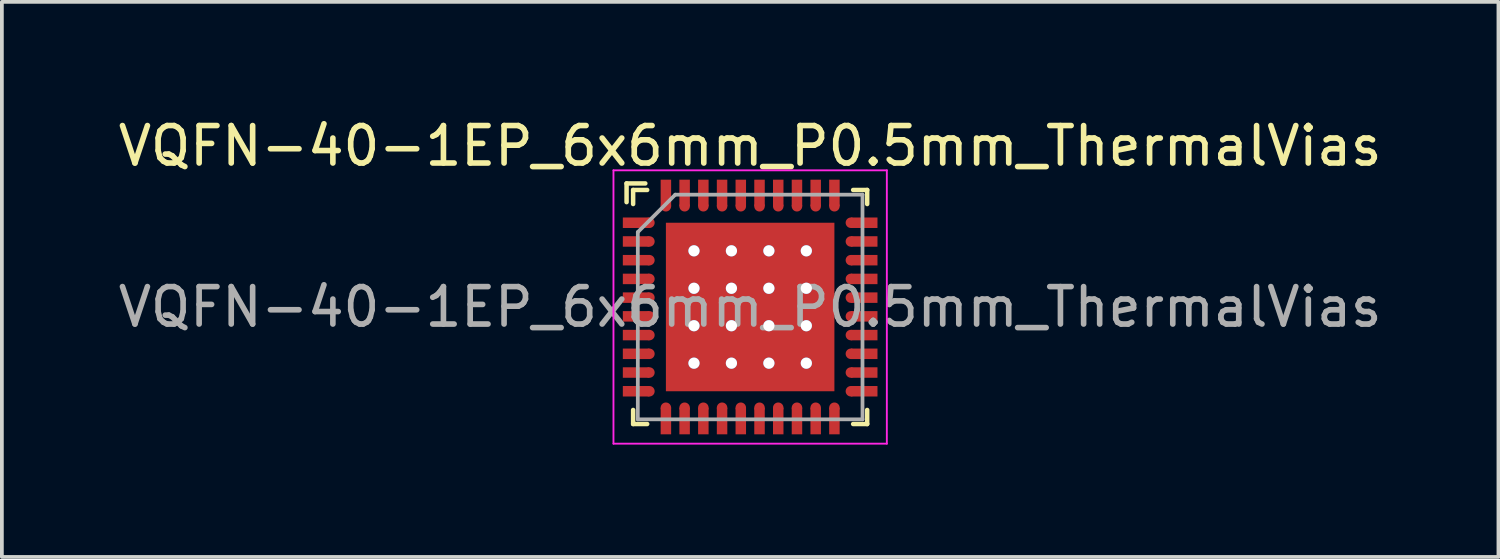
<source format=kicad_pcb>
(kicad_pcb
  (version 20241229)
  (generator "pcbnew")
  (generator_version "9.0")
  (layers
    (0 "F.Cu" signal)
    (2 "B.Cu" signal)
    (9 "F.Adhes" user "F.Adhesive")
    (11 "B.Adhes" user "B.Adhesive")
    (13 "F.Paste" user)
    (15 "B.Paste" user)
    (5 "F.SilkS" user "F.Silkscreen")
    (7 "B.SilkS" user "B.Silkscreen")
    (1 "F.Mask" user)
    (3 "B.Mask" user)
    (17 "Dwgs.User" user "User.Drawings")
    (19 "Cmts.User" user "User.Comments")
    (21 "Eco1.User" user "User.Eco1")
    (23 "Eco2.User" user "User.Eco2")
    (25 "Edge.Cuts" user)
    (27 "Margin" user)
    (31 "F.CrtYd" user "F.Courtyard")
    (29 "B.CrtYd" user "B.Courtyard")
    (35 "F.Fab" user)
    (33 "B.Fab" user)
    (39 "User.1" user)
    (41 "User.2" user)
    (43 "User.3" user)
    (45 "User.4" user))
  (footprint "VQFN-40-1EP_6x6mm_P0.5mm_ThermalVias"
    (layer "F.Cu")
    (at 16.982 5.148)
    (property "Reference" "VQFN-40-1EP_6x6mm_P0.5mm_ThermalVias" (at 0 -4.3 0) (layer "F.SilkS") (effects (font (size 1 1) (thickness 0.15))))
    (attr smd)
    (fp_line (start -3.3 -3.3) (end -3.3 -2.8) (stroke (width 0.12) (type solid)) (layer "F.SilkS"))
    (fp_line (start -3.125 -3.125) (end -3.125 -2.75) (stroke (width 0.12) (type solid)) (layer "F.SilkS"))
    (fp_line (start -3.125 -3.125) (end -2.75 -3.125) (stroke (width 0.12) (type solid)) (layer "F.SilkS"))
    (fp_line (start -3.125 3.125) (end -3.125 2.75) (stroke (width 0.12) (type solid)) (layer "F.SilkS"))
    (fp_line (start -3.125 3.125) (end -2.75 3.125) (stroke (width 0.12) (type solid)) (layer "F.SilkS"))
    (fp_line (start -2.8 -3.3) (end -3.3 -3.3) (stroke (width 0.12) (type solid)) (layer "F.SilkS"))
    (fp_line (start 3.125 -3.125) (end 2.75 -3.125) (stroke (width 0.12) (type solid)) (layer "F.SilkS"))
    (fp_line (start 3.125 -3.125) (end 3.125 -2.75) (stroke (width 0.12) (type solid)) (layer "F.SilkS"))
    (fp_line (start 3.125 3.125) (end 2.75 3.125) (stroke (width 0.12) (type solid)) (layer "F.SilkS"))
    (fp_line (start 3.125 3.125) (end 3.125 2.75) (stroke (width 0.12) (type solid)) (layer "F.SilkS"))
    (fp_line (start -3.65 -3.65) (end 3.65 -3.65) (stroke (width 0.05) (type solid)) (layer "F.CrtYd"))
    (fp_line (start -3.65 3.65) (end -3.65 -3.65) (stroke (width 0.05) (type solid)) (layer "F.CrtYd"))
    (fp_line (start -3.65 3.65) (end 3.65 3.65) (stroke (width 0.05) (type solid)) (layer "F.CrtYd"))
    (fp_line (start 3.65 3.65) (end 3.65 -3.65) (stroke (width 0.05) (type solid)) (layer "F.CrtYd"))
    (fp_line (start -3 -2) (end -3 3) (stroke (width 0.1) (type solid)) (layer "F.Fab"))
    (fp_line (start -3 -2) (end -2 -3) (stroke (width 0.1) (type solid)) (layer "F.Fab"))
    (fp_line (start -3 3) (end 3 3) (stroke (width 0.1) (type solid)) (layer "F.Fab"))
    (fp_line (start -2 -3) (end 3 -3) (stroke (width 0.1) (type solid)) (layer "F.Fab"))
    (fp_line (start 3 -3) (end 3 3) (stroke (width 0.1) (type solid)) (layer "F.Fab"))
    (fp_text user "${REFERENCE}" (at 0 0 0) (layer "F.Fab") (effects (font (size 1 1) (thickness 0.15))))
    (pad "" smd rect (at -3.033 -2.25 90) (size 0.23 0.685) (layers "F.Paste"))
    (pad "" smd rect (at -3.033 -1.75 90) (size 0.23 0.685) (layers "F.Paste"))
    (pad "" smd rect (at -3.033 -1.25 90) (size 0.23 0.685) (layers "F.Paste"))
    (pad "" smd rect (at -3.033 -0.75 90) (size 0.23 0.685) (layers "F.Paste"))
    (pad "" smd rect (at -3.033 -0.25 90) (size 0.23 0.685) (layers "F.Paste"))
    (pad "" smd rect (at -3.033 0.25 90) (size 0.23 0.685) (layers "F.Paste"))
    (pad "" smd rect (at -3.033 0.75 90) (size 0.23 0.685) (layers "F.Paste"))
    (pad "" smd rect (at -3.033 1.25 90) (size 0.23 0.685) (layers "F.Paste"))
    (pad "" smd rect (at -3.033 1.75 90) (size 0.23 0.685) (layers "F.Paste"))
    (pad "" smd rect (at -3.033 2.25 90) (size 0.23 0.685) (layers "F.Paste"))
    (pad "" smd circle (at -2.69 -2.25 90) (size 0.23 0.23) (layers "F.Paste"))
    (pad "" smd circle (at -2.69 -1.75 90) (size 0.23 0.23) (layers "F.Paste"))
    (pad "" smd circle (at -2.69 -1.25 90) (size 0.23 0.23) (layers "F.Paste"))
    (pad "" smd circle (at -2.69 -0.75 90) (size 0.23 0.23) (layers "F.Paste"))
    (pad "" smd circle (at -2.69 -0.25 90) (size 0.23 0.23) (layers "F.Paste"))
    (pad "" smd circle (at -2.69 0.25 90) (size 0.23 0.23) (layers "F.Paste"))
    (pad "" smd circle (at -2.69 0.75 90) (size 0.23 0.23) (layers "F.Paste"))
    (pad "" smd circle (at -2.69 1.25 90) (size 0.23 0.23) (layers "F.Paste"))
    (pad "" smd circle (at -2.69 1.75 90) (size 0.23 0.23) (layers "F.Paste"))
    (pad "" smd circle (at -2.69 2.25 90) (size 0.23 0.23) (layers "F.Paste"))
    (pad "" smd rect (at -2.25 -3.033) (size 0.23 0.685) (layers "F.Paste"))
    (pad "" smd circle (at -2.25 -2.69) (size 0.23 0.23) (layers "F.Paste"))
    (pad "" smd circle (at -2.25 2.69 90) (size 0.23 0.23) (layers "F.Paste"))
    (pad "" smd rect (at -2.25 3.033) (size 0.23 0.685) (layers "F.Paste"))
    (pad "" smd rect (at -1.75 -3.033) (size 0.23 0.685) (layers "F.Paste"))
    (pad "" smd circle (at -1.75 -2.69 90) (size 0.23 0.23) (layers "F.Paste"))
    (pad "" smd circle (at -1.75 2.69 90) (size 0.23 0.23) (layers "F.Paste"))
    (pad "" smd rect (at -1.75 3.033) (size 0.23 0.685) (layers "F.Paste"))
    (pad "" smd rect (at -1.5 -1.5) (size 1.2 1.2) (layers "F.Paste"))
    (pad "" smd rect (at -1.5 0) (size 1.2 1.2) (layers "F.Paste"))
    (pad "" smd rect (at -1.5 1.5) (size 1.2 1.2) (layers "F.Paste"))
    (pad "" smd rect (at -1.25 -3.033) (size 0.23 0.685) (layers "F.Paste"))
    (pad "" smd circle (at -1.25 -2.69 90) (size 0.23 0.23) (layers "F.Paste"))
    (pad "" smd circle (at -1.25 2.69 90) (size 0.23 0.23) (layers "F.Paste"))
    (pad "" smd rect (at -1.25 3.033) (size 0.23 0.685) (layers "F.Paste"))
    (pad "" smd rect (at -0.75 -3.033) (size 0.23 0.685) (layers "F.Paste"))
    (pad "" smd circle (at -0.75 -2.69 90) (size 0.23 0.23) (layers "F.Paste"))
    (pad "" smd circle (at -0.75 2.69 90) (size 0.23 0.23) (layers "F.Paste"))
    (pad "" smd rect (at -0.75 3.033) (size 0.23 0.685) (layers "F.Paste"))
    (pad "" smd rect (at -0.25 -3.033) (size 0.23 0.685) (layers "F.Paste"))
    (pad "" smd circle (at -0.25 -2.69 90) (size 0.23 0.23) (layers "F.Paste"))
    (pad "" smd circle (at -0.25 2.69 90) (size 0.23 0.23) (layers "F.Paste"))
    (pad "" smd rect (at -0.25 3.033) (size 0.23 0.685) (layers "F.Paste"))
    (pad "" smd rect (at 0 -1.5) (size 1.2 1.2) (layers "F.Paste"))
    (pad "" smd rect (at 0 0) (size 1.2 1.2) (layers "F.Paste"))
    (pad "" smd rect (at 0 1.5) (size 1.2 1.2) (layers "F.Paste"))
    (pad "" smd rect (at 0.25 -3.033) (size 0.23 0.685) (layers "F.Paste"))
    (pad "" smd circle (at 0.25 -2.69 90) (size 0.23 0.23) (layers "F.Paste"))
    (pad "" smd circle (at 0.25 2.69 90) (size 0.23 0.23) (layers "F.Paste"))
    (pad "" smd rect (at 0.25 3.033) (size 0.23 0.685) (layers "F.Paste"))
    (pad "" smd rect (at 0.75 -3.033) (size 0.23 0.685) (layers "F.Paste"))
    (pad "" smd circle (at 0.75 -2.69 90) (size 0.23 0.23) (layers "F.Paste"))
    (pad "" smd circle (at 0.75 2.69 90) (size 0.23 0.23) (layers "F.Paste"))
    (pad "" smd rect (at 0.75 3.033) (size 0.23 0.685) (layers "F.Paste"))
    (pad "" smd rect (at 1.25 -3.033) (size 0.23 0.685) (layers "F.Paste"))
    (pad "" smd circle (at 1.25 -2.69 90) (size 0.23 0.23) (layers "F.Paste"))
    (pad "" smd circle (at 1.25 2.69 90) (size 0.23 0.23) (layers "F.Paste"))
    (pad "" smd rect (at 1.25 3.033) (size 0.23 0.685) (layers "F.Paste"))
    (pad "" smd rect (at 1.5 -1.5) (size 1.2 1.2) (layers "F.Paste"))
    (pad "" smd rect (at 1.5 0) (size 1.2 1.2) (layers "F.Paste"))
    (pad "" smd rect (at 1.5 1.5) (size 1.2 1.2) (layers "F.Paste"))
    (pad "" smd rect (at 1.75 -3.033) (size 0.23 0.685) (layers "F.Paste"))
    (pad "" smd circle (at 1.75 -2.69 90) (size 0.23 0.23) (layers "F.Paste"))
    (pad "" smd circle (at 1.75 2.69 90) (size 0.23 0.23) (layers "F.Paste"))
    (pad "" smd rect (at 1.75 3.033) (size 0.23 0.685) (layers "F.Paste"))
    (pad "" smd rect (at 2.25 -3.033) (size 0.23 0.685) (layers "F.Paste"))
    (pad "" smd circle (at 2.25 -2.69 90) (size 0.23 0.23) (layers "F.Paste"))
    (pad "" smd circle (at 2.25 2.69 90) (size 0.23 0.23) (layers "F.Paste"))
    (pad "" smd rect (at 2.25 3.033) (size 0.23 0.685) (layers "F.Paste"))
    (pad "" smd circle (at 2.69 -2.25 90) (size 0.23 0.23) (layers "F.Paste"))
    (pad "" smd circle (at 2.69 -1.75 90) (size 0.23 0.23) (layers "F.Paste"))
    (pad "" smd circle (at 2.69 -1.25 90) (size 0.23 0.23) (layers "F.Paste"))
    (pad "" smd circle (at 2.69 -0.75 90) (size 0.23 0.23) (layers "F.Paste"))
    (pad "" smd circle (at 2.69 -0.25 90) (size 0.23 0.23) (layers "F.Paste"))
    (pad "" smd circle (at 2.69 0.25 90) (size 0.23 0.23) (layers "F.Paste"))
    (pad "" smd circle (at 2.69 0.75 90) (size 0.23 0.23) (layers "F.Paste"))
    (pad "" smd circle (at 2.69 1.25 90) (size 0.23 0.23) (layers "F.Paste"))
    (pad "" smd circle (at 2.69 1.75 90) (size 0.23 0.23) (layers "F.Paste"))
    (pad "" smd circle (at 2.69 2.25 90) (size 0.23 0.23) (layers "F.Paste"))
    (pad "" smd rect (at 3.033 -2.25 90) (size 0.23 0.685) (layers "F.Paste"))
    (pad "" smd rect (at 3.033 -1.75 90) (size 0.23 0.685) (layers "F.Paste"))
    (pad "" smd rect (at 3.033 -1.25 90) (size 0.23 0.685) (layers "F.Paste"))
    (pad "" smd rect (at 3.033 -0.75 90) (size 0.23 0.685) (layers "F.Paste"))
    (pad "" smd rect (at 3.033 -0.25 90) (size 0.23 0.685) (layers "F.Paste"))
    (pad "" smd rect (at 3.033 0.25 90) (size 0.23 0.685) (layers "F.Paste"))
    (pad "" smd rect (at 3.033 0.75 90) (size 0.23 0.685) (layers "F.Paste"))
    (pad "" smd rect (at 3.033 1.25 90) (size 0.23 0.685) (layers "F.Paste"))
    (pad "" smd rect (at 3.033 1.75 90) (size 0.23 0.685) (layers "F.Paste"))
    (pad "" smd rect (at 3.033 2.25 90) (size 0.23 0.685) (layers "F.Paste"))
    (pad "1" smd rect (at -3.045 -2.25) (size 0.71 0.28) (layers "F.Cu" "F.Mask"))
    (pad "1" smd circle (at -2.69 -2.25) (size 0.28 0.28) (layers "F.Cu" "F.Mask"))
    (pad "2" smd rect (at -3.045 -1.75) (size 0.71 0.28) (layers "F.Cu" "F.Mask"))
    (pad "2" smd circle (at -2.69 -1.75) (size 0.28 0.28) (layers "F.Cu" "F.Mask"))
    (pad "3" smd rect (at -3.045 -1.25) (size 0.71 0.28) (layers "F.Cu" "F.Mask"))
    (pad "3" smd circle (at -2.69 -1.25) (size 0.28 0.28) (layers "F.Cu" "F.Mask"))
    (pad "4" smd rect (at -3.045 -0.75) (size 0.71 0.28) (layers "F.Cu" "F.Mask"))
    (pad "4" smd circle (at -2.69 -0.75) (size 0.28 0.28) (layers "F.Cu" "F.Mask"))
    (pad "5" smd rect (at -3.045 -0.25) (size 0.71 0.28) (layers "F.Cu" "F.Mask"))
    (pad "5" smd circle (at -2.69 -0.25) (size 0.28 0.28) (layers "F.Cu" "F.Mask"))
    (pad "6" smd rect (at -3.045 0.25) (size 0.71 0.28) (layers "F.Cu" "F.Mask"))
    (pad "6" smd circle (at -2.69 0.25) (size 0.28 0.28) (layers "F.Cu" "F.Mask"))
    (pad "7" smd rect (at -3.045 0.75) (size 0.71 0.28) (layers "F.Cu" "F.Mask"))
    (pad "7" smd circle (at -2.69 0.75) (size 0.28 0.28) (layers "F.Cu" "F.Mask"))
    (pad "8" smd rect (at -3.045 1.25) (size 0.71 0.28) (layers "F.Cu" "F.Mask"))
    (pad "8" smd circle (at -2.69 1.25) (size 0.28 0.28) (layers "F.Cu" "F.Mask"))
    (pad "9" smd rect (at -3.045 1.75) (size 0.71 0.28) (layers "F.Cu" "F.Mask"))
    (pad "9" smd circle (at -2.69 1.75) (size 0.28 0.28) (layers "F.Cu" "F.Mask"))
    (pad "10" smd rect (at -3.045 2.25) (size 0.71 0.28) (layers "F.Cu" "F.Mask"))
    (pad "10" smd circle (at -2.69 2.25) (size 0.28 0.28) (layers "F.Cu" "F.Mask"))
    (pad "11" smd circle (at -2.25 2.69) (size 0.28 0.28) (layers "F.Cu" "F.Mask"))
    (pad "11" smd rect (at -2.25 3.045) (size 0.28 0.71) (layers "F.Cu" "F.Mask"))
    (pad "12" smd circle (at -1.75 2.69) (size 0.28 0.28) (layers "F.Cu" "F.Mask"))
    (pad "12" smd rect (at -1.75 3.045) (size 0.28 0.71) (layers "F.Cu" "F.Mask"))
    (pad "13" smd circle (at -1.25 2.69) (size 0.28 0.28) (layers "F.Cu" "F.Mask"))
    (pad "13" smd rect (at -1.25 3.045) (size 0.28 0.71) (layers "F.Cu" "F.Mask"))
    (pad "14" smd circle (at -0.75 2.69) (size 0.28 0.28) (layers "F.Cu" "F.Mask"))
    (pad "14" smd rect (at -0.75 3.045) (size 0.28 0.71) (layers "F.Cu" "F.Mask"))
    (pad "15" smd circle (at -0.25 2.69) (size 0.28 0.28) (layers "F.Cu" "F.Mask"))
    (pad "15" smd rect (at -0.25 3.045) (size 0.28 0.71) (layers "F.Cu" "F.Mask"))
    (pad "16" smd circle (at 0.25 2.69) (size 0.28 0.28) (layers "F.Cu" "F.Mask"))
    (pad "16" smd rect (at 0.25 3.045) (size 0.28 0.71) (layers "F.Cu" "F.Mask"))
    (pad "17" smd circle (at 0.75 2.69) (size 0.28 0.28) (layers "F.Cu" "F.Mask"))
    (pad "17" smd rect (at 0.75 3.045) (size 0.28 0.71) (layers "F.Cu" "F.Mask"))
    (pad "18" smd circle (at 1.25 2.69) (size 0.28 0.28) (layers "F.Cu" "F.Mask"))
    (pad "18" smd rect (at 1.25 3.045) (size 0.28 0.71) (layers "F.Cu" "F.Mask"))
    (pad "19" smd circle (at 1.75 2.69) (size 0.28 0.28) (layers "F.Cu" "F.Mask"))
    (pad "19" smd rect (at 1.75 3.045) (size 0.28 0.71) (layers "F.Cu" "F.Mask"))
    (pad "20" smd circle (at 2.25 2.69) (size 0.28 0.28) (layers "F.Cu" "F.Mask"))
    (pad "20" smd rect (at 2.25 3.045) (size 0.28 0.71) (layers "F.Cu" "F.Mask"))
    (pad "21" smd circle (at 2.69 2.25) (size 0.28 0.28) (layers "F.Cu" "F.Mask"))
    (pad "21" smd rect (at 3.045 2.25) (size 0.71 0.28) (layers "F.Cu" "F.Mask"))
    (pad "22" smd circle (at 2.69 1.75) (size 0.28 0.28) (layers "F.Cu" "F.Mask"))
    (pad "22" smd rect (at 3.045 1.75) (size 0.71 0.28) (layers "F.Cu" "F.Mask"))
    (pad "23" smd circle (at 2.69 1.25) (size 0.28 0.28) (layers "F.Cu" "F.Mask"))
    (pad "23" smd rect (at 3.045 1.25) (size 0.71 0.28) (layers "F.Cu" "F.Mask"))
    (pad "24" smd circle (at 2.69 0.75) (size 0.28 0.28) (layers "F.Cu" "F.Mask"))
    (pad "24" smd rect (at 3.045 0.75) (size 0.71 0.28) (layers "F.Cu" "F.Mask"))
    (pad "25" smd circle (at 2.69 0.25) (size 0.28 0.28) (layers "F.Cu" "F.Mask"))
    (pad "25" smd rect (at 3.045 0.25) (size 0.71 0.28) (layers "F.Cu" "F.Mask"))
    (pad "26" smd circle (at 2.69 -0.25) (size 0.28 0.28) (layers "F.Cu" "F.Mask"))
    (pad "26" smd rect (at 3.045 -0.25) (size 0.71 0.28) (layers "F.Cu" "F.Mask"))
    (pad "27" smd circle (at 2.69 -0.75) (size 0.28 0.28) (layers "F.Cu" "F.Mask"))
    (pad "27" smd rect (at 3.045 -0.75) (size 0.71 0.28) (layers "F.Cu" "F.Mask"))
    (pad "28" smd circle (at 2.69 -1.25) (size 0.28 0.28) (layers "F.Cu" "F.Mask"))
    (pad "28" smd rect (at 3.045 -1.25) (size 0.71 0.28) (layers "F.Cu" "F.Mask"))
    (pad "29" smd circle (at 2.69 -1.75) (size 0.28 0.28) (layers "F.Cu" "F.Mask"))
    (pad "29" smd rect (at 3.045 -1.75) (size 0.71 0.28) (layers "F.Cu" "F.Mask"))
    (pad "30" smd circle (at 2.69 -2.25) (size 0.28 0.28) (layers "F.Cu" "F.Mask"))
    (pad "30" smd rect (at 3.045 -2.25) (size 0.71 0.28) (layers "F.Cu" "F.Mask"))
    (pad "31" smd rect (at 2.25 -3.045) (size 0.28 0.71) (layers "F.Cu" "F.Mask"))
    (pad "31" smd circle (at 2.25 -2.69) (size 0.28 0.28) (layers "F.Cu" "F.Mask"))
    (pad "32" smd rect (at 1.75 -3.045) (size 0.28 0.71) (layers "F.Cu" "F.Mask"))
    (pad "32" smd circle (at 1.75 -2.69) (size 0.28 0.28) (layers "F.Cu" "F.Mask"))
    (pad "33" smd rect (at 1.25 -3.045) (size 0.28 0.71) (layers "F.Cu" "F.Mask"))
    (pad "33" smd circle (at 1.25 -2.69) (size 0.28 0.28) (layers "F.Cu" "F.Mask"))
    (pad "34" smd rect (at 0.75 -3.045) (size 0.28 0.71) (layers "F.Cu" "F.Mask"))
    (pad "34" smd circle (at 0.75 -2.69) (size 0.28 0.28) (layers "F.Cu" "F.Mask"))
    (pad "35" smd rect (at 0.25 -3.045) (size 0.28 0.71) (layers "F.Cu" "F.Mask"))
    (pad "35" smd circle (at 0.25 -2.69) (size 0.28 0.28) (layers "F.Cu" "F.Mask"))
    (pad "36" smd rect (at -0.25 -3.045) (size 0.28 0.71) (layers "F.Cu" "F.Mask"))
    (pad "36" smd circle (at -0.25 -2.69) (size 0.28 0.28) (layers "F.Cu" "F.Mask"))
    (pad "37" smd rect (at -0.75 -3.045) (size 0.28 0.71) (layers "F.Cu" "F.Mask"))
    (pad "37" smd circle (at -0.75 -2.69) (size 0.28 0.28) (layers "F.Cu" "F.Mask"))
    (pad "38" smd rect (at -1.25 -3.045) (size 0.28 0.71) (layers "F.Cu" "F.Mask"))
    (pad "38" smd circle (at -1.25 -2.69) (size 0.28 0.28) (layers "F.Cu" "F.Mask"))
    (pad "39" smd rect (at -1.75 -3.045) (size 0.28 0.71) (layers "F.Cu" "F.Mask"))
    (pad "39" smd circle (at -1.75 -2.69) (size 0.28 0.28) (layers "F.Cu" "F.Mask"))
    (pad "40" smd rect (at -2.25 -3.045) (size 0.28 0.71) (layers "F.Cu" "F.Mask"))
    (pad "40" smd circle (at -2.25 -2.69) (size 0.28 0.28) (layers "F.Cu" "F.Mask"))
    (pad "41" thru_hole circle (at -1.5 -1.5) (size 0.3 0.3) (drill 0.3) (layers "*.Cu" "*.Mask"))
    (pad "41" thru_hole circle (at -1.5 -0.5) (size 0.3 0.3) (drill 0.3) (layers "*.Cu" "*.Mask"))
    (pad "41" thru_hole circle (at -1.5 0.5) (size 0.3 0.3) (drill 0.3) (layers "*.Cu" "*.Mask"))
    (pad "41" thru_hole circle (at -1.5 1.5) (size 0.3 0.3) (drill 0.3) (layers "*.Cu" "*.Mask"))
    (pad "41" thru_hole circle (at -0.5 -1.5) (size 0.3 0.3) (drill 0.3) (layers "*.Cu" "*.Mask"))
    (pad "41" thru_hole circle (at -0.5 -0.5) (size 0.3 0.3) (drill 0.3) (layers "*.Cu" "*.Mask"))
    (pad "41" thru_hole circle (at -0.5 0.5) (size 0.3 0.3) (drill 0.3) (layers "*.Cu" "*.Mask"))
    (pad "41" thru_hole circle (at -0.5 1.5) (size 0.3 0.3) (drill 0.3) (layers "*.Cu" "*.Mask"))
    (pad "41" smd rect (at 0 0) (size 4.5 4.5) (layers "F.Cu" "F.Mask"))
    (pad "41" thru_hole circle (at 0.5 -1.5) (size 0.3 0.3) (drill 0.3) (layers "*.Cu" "*.Mask"))
    (pad "41" thru_hole circle (at 0.5 -0.5) (size 0.3 0.3) (drill 0.3) (layers "*.Cu" "*.Mask"))
    (pad "41" thru_hole circle (at 0.5 0.5) (size 0.3 0.3) (drill 0.3) (layers "*.Cu" "*.Mask"))
    (pad "41" thru_hole circle (at 0.5 1.5) (size 0.3 0.3) (drill 0.3) (layers "*.Cu" "*.Mask"))
    (pad "41" thru_hole circle (at 1.5 -1.5) (size 0.3 0.3) (drill 0.3) (layers "*.Cu" "*.Mask"))
    (pad "41" thru_hole circle (at 1.5 -0.5) (size 0.3 0.3) (drill 0.3) (layers "*.Cu" "*.Mask"))
    (pad "41" thru_hole circle (at 1.5 0.5) (size 0.3 0.3) (drill 0.3) (layers "*.Cu" "*.Mask"))
    (pad "41" thru_hole circle (at 1.5 1.5) (size 0.3 0.3) (drill 0.3) (layers "*.Cu" "*.Mask")))
  (gr_rect
    (start -3 -3)
    (end 36.964 11.823)
    (stroke (width 0.1) (type default))
    (fill no)
    (layer "Edge.Cuts")))
</source>
